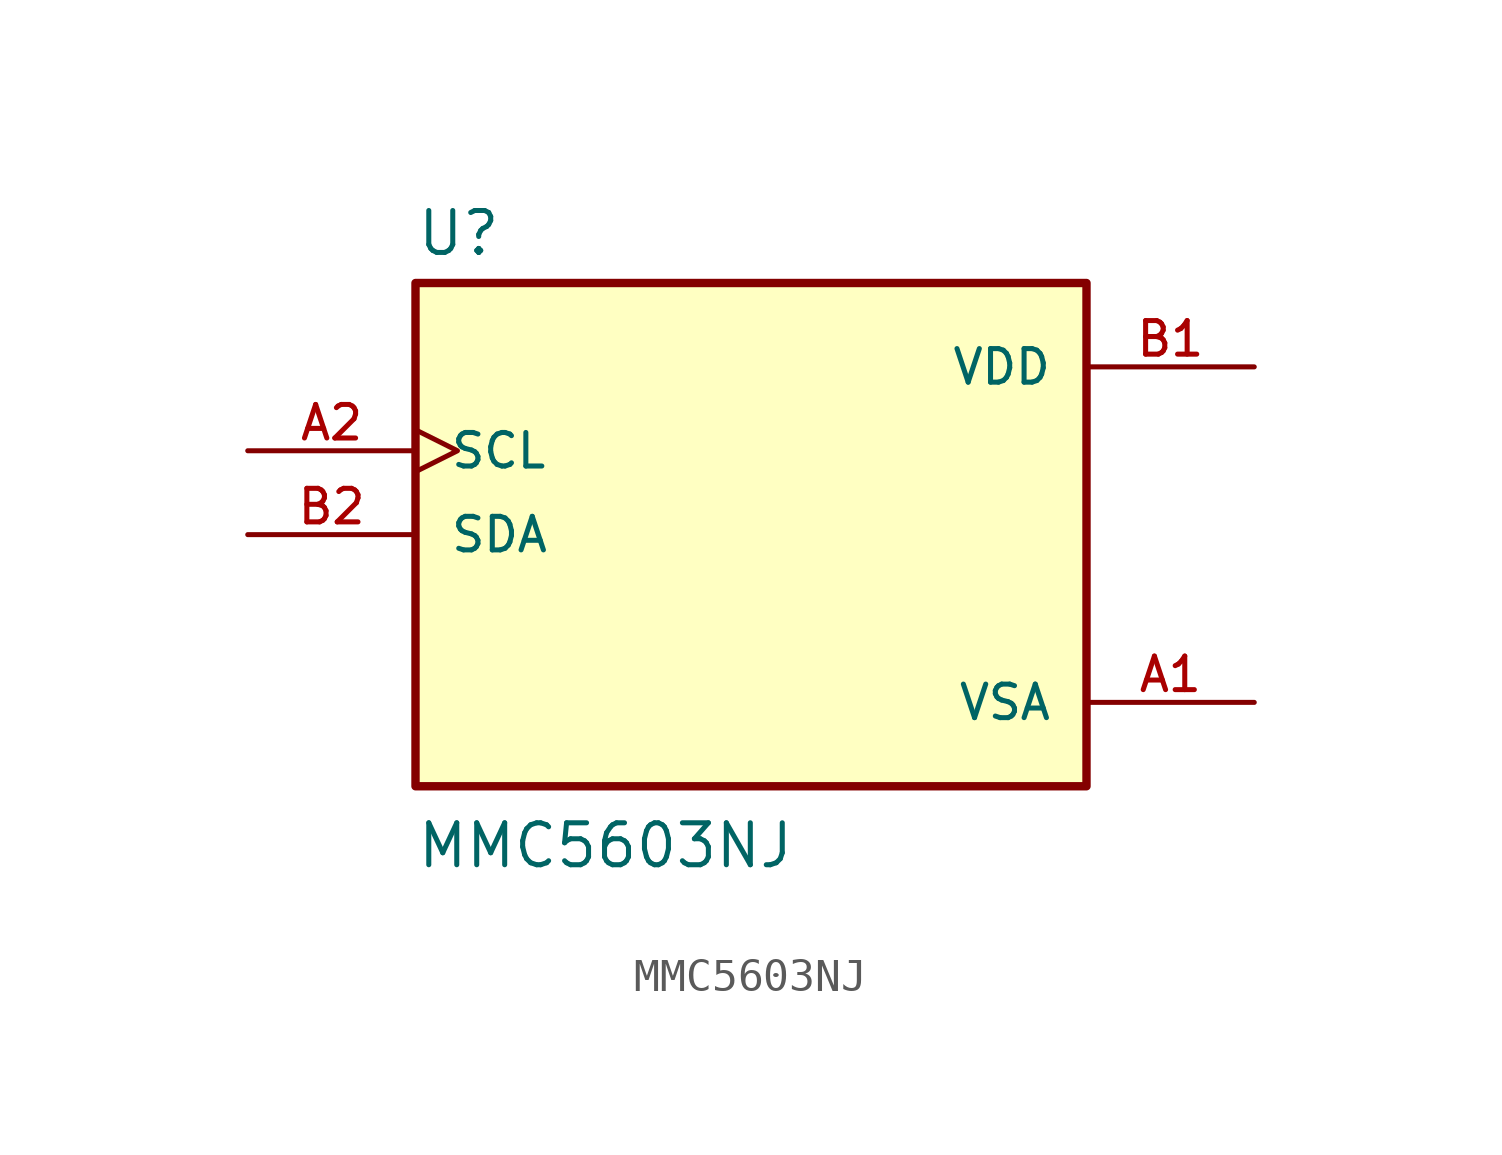
<source format=kicad_sym>
(kicad_symbol_lib
  (version 20211014)
  (generator kicad_symbol_editor)
  (symbol "MMC5603NJ"
    (pin_names
      (offset 1.016))
    (property "Reference" "U"
      (at -10.16 8.382 0)
      (effects (font (size 1.27 1.27)) (justify bottom left)))
    (property "Value" "MMC5603NJ"
      (at -10.16 -10.16 0)
      (effects (font (size 1.27 1.27)) (justify bottom left)))
    (symbol "MMC5603NJ_0_0"
      (rectangle (start -10.16 -7.62) (end 10.16 7.62) (stroke (width 0.254)) (fill (type background)))
      (pin power_in line (at 15.24 -5.08 180.0) (length 5.08) (name "VSA" (effects (font (size 1.016 1.016)))) (number "A1" (effects (font (size 1.016 1.016)))))
      (pin power_in line (at 15.24 5.08 180.0) (length 5.08) (name "VDD" (effects (font (size 1.016 1.016)))) (number "B1" (effects (font (size 1.016 1.016)))))
      (pin input clock (at -15.24 2.54 0) (length 5.08) (name "SCL" (effects (font (size 1.016 1.016)))) (number "A2" (effects (font (size 1.016 1.016)))))
      (pin bidirectional line (at -15.24 0.0 0) (length 5.08) (name "SDA" (effects (font (size 1.016 1.016)))) (number "B2" (effects (font (size 1.016 1.016))))))))
</source>
